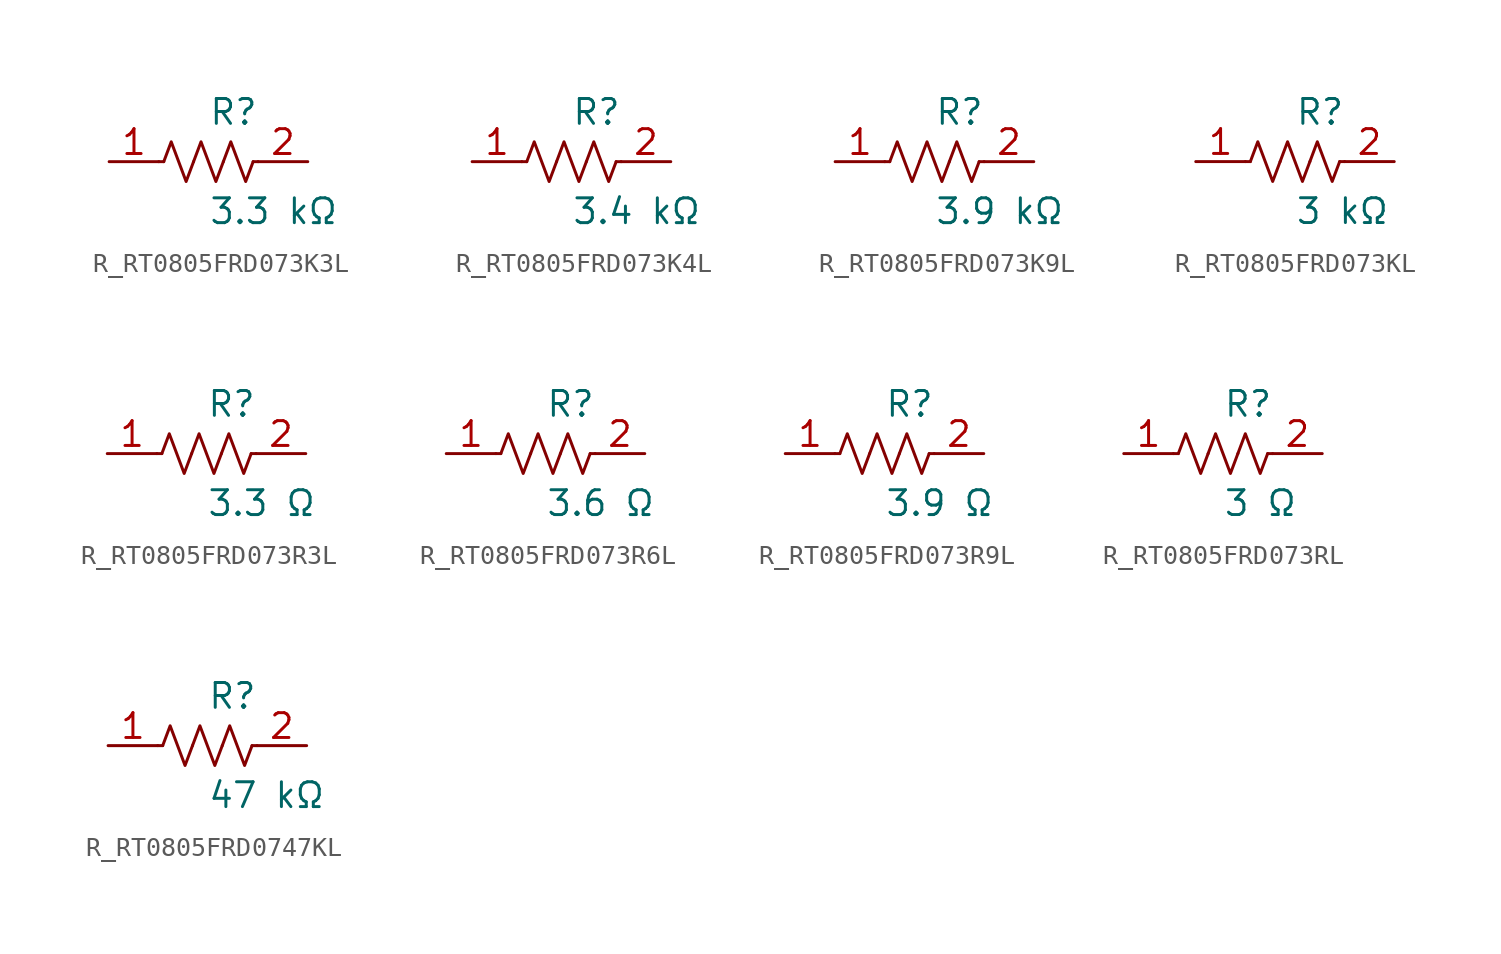
<source format=kicad_sym>
(kicad_symbol_lib
  (version 20231120)
  (generator kicad_symbol_editor)
  (generator_version 8.0)
  (symbol "R_RT0805FRD073K3L"
    (pin_names
      (offset 0.254))
    (property "Reference" "R"
      (at 0 2.54 0)
      (effects (font (size 1.27 1.27)) (justify left)))
    (property "Value" "3.3 kΩ"
      (at 0 -2.54 0)
      (effects (font (size 1.27 1.27)) (justify left)))
    (symbol "R_RT0805FRD073K3L_0_1"
      (polyline (pts (xy 2.286 0) (xy 2.54 0)) (stroke (width 0) (type default)) (fill (type none)))
      (polyline (pts (xy -2.286 0) (xy -2.54 0)) (stroke (width 0) (type default)) (fill (type none)))
      (polyline (pts (xy 0.762 0) (xy 1.143 1.016) (xy 1.524 0) (xy 1.905 -1.016) (xy 2.286 0)) (stroke (width 0) (type default)) (fill (type none)))
      (polyline (pts (xy -0.762 0) (xy -0.381 1.016) (xy 0 0) (xy 0.381 -1.016) (xy 0.762 0)) (stroke (width 0) (type default)) (fill (type none)))
      (polyline (pts (xy -2.286 0) (xy -1.905 1.016) (xy -1.524 0) (xy -1.143 -1.016) (xy -0.762 0)) (stroke (width 0) (type default)) (fill (type none))))
    (pin unspecified line
      (at -5.08 0 0)
      (length 2.54)
      (name "" (effects (font (size 1.27 1.27))))
      (number "1" (effects (font (size 1.27 1.27)))))
    (pin unspecified line
      (at 5.08 0 180)
      (length 2.54)
      (name "" (effects (font (size 1.27 1.27))))
      (number "2" (effects (font (size 1.27 1.27))))))
  (symbol "R_RT0805FRD073K4L"
    (pin_names
      (offset 0.254))
    (property "Reference" "R"
      (at 0 2.54 0)
      (effects (font (size 1.27 1.27)) (justify left)))
    (property "Value" "3.4 kΩ"
      (at 0 -2.54 0)
      (effects (font (size 1.27 1.27)) (justify left)))
    (symbol "R_RT0805FRD073K4L_0_1"
      (polyline (pts (xy 2.286 0) (xy 2.54 0)) (stroke (width 0) (type default)) (fill (type none)))
      (polyline (pts (xy -2.286 0) (xy -2.54 0)) (stroke (width 0) (type default)) (fill (type none)))
      (polyline (pts (xy 0.762 0) (xy 1.143 1.016) (xy 1.524 0) (xy 1.905 -1.016) (xy 2.286 0)) (stroke (width 0) (type default)) (fill (type none)))
      (polyline (pts (xy -0.762 0) (xy -0.381 1.016) (xy 0 0) (xy 0.381 -1.016) (xy 0.762 0)) (stroke (width 0) (type default)) (fill (type none)))
      (polyline (pts (xy -2.286 0) (xy -1.905 1.016) (xy -1.524 0) (xy -1.143 -1.016) (xy -0.762 0)) (stroke (width 0) (type default)) (fill (type none))))
    (pin unspecified line
      (at -5.08 0 0)
      (length 2.54)
      (name "" (effects (font (size 1.27 1.27))))
      (number "1" (effects (font (size 1.27 1.27)))))
    (pin unspecified line
      (at 5.08 0 180)
      (length 2.54)
      (name "" (effects (font (size 1.27 1.27))))
      (number "2" (effects (font (size 1.27 1.27))))))
  (symbol "R_RT0805FRD073K9L"
    (pin_names
      (offset 0.254))
    (property "Reference" "R"
      (at 0 2.54 0)
      (effects (font (size 1.27 1.27)) (justify left)))
    (property "Value" "3.9 kΩ"
      (at 0 -2.54 0)
      (effects (font (size 1.27 1.27)) (justify left)))
    (symbol "R_RT0805FRD073K9L_0_1"
      (polyline (pts (xy 2.286 0) (xy 2.54 0)) (stroke (width 0) (type default)) (fill (type none)))
      (polyline (pts (xy -2.286 0) (xy -2.54 0)) (stroke (width 0) (type default)) (fill (type none)))
      (polyline (pts (xy 0.762 0) (xy 1.143 1.016) (xy 1.524 0) (xy 1.905 -1.016) (xy 2.286 0)) (stroke (width 0) (type default)) (fill (type none)))
      (polyline (pts (xy -0.762 0) (xy -0.381 1.016) (xy 0 0) (xy 0.381 -1.016) (xy 0.762 0)) (stroke (width 0) (type default)) (fill (type none)))
      (polyline (pts (xy -2.286 0) (xy -1.905 1.016) (xy -1.524 0) (xy -1.143 -1.016) (xy -0.762 0)) (stroke (width 0) (type default)) (fill (type none))))
    (pin unspecified line
      (at -5.08 0 0)
      (length 2.54)
      (name "" (effects (font (size 1.27 1.27))))
      (number "1" (effects (font (size 1.27 1.27)))))
    (pin unspecified line
      (at 5.08 0 180)
      (length 2.54)
      (name "" (effects (font (size 1.27 1.27))))
      (number "2" (effects (font (size 1.27 1.27))))))
  (symbol "R_RT0805FRD073KL"
    (pin_names
      (offset 0.254))
    (property "Reference" "R"
      (at 0 2.54 0)
      (effects (font (size 1.27 1.27)) (justify left)))
    (property "Value" "3 kΩ"
      (at 0 -2.54 0)
      (effects (font (size 1.27 1.27)) (justify left)))
    (symbol "R_RT0805FRD073KL_0_1"
      (polyline (pts (xy 2.286 0) (xy 2.54 0)) (stroke (width 0) (type default)) (fill (type none)))
      (polyline (pts (xy -2.286 0) (xy -2.54 0)) (stroke (width 0) (type default)) (fill (type none)))
      (polyline (pts (xy 0.762 0) (xy 1.143 1.016) (xy 1.524 0) (xy 1.905 -1.016) (xy 2.286 0)) (stroke (width 0) (type default)) (fill (type none)))
      (polyline (pts (xy -0.762 0) (xy -0.381 1.016) (xy 0 0) (xy 0.381 -1.016) (xy 0.762 0)) (stroke (width 0) (type default)) (fill (type none)))
      (polyline (pts (xy -2.286 0) (xy -1.905 1.016) (xy -1.524 0) (xy -1.143 -1.016) (xy -0.762 0)) (stroke (width 0) (type default)) (fill (type none))))
    (pin unspecified line
      (at -5.08 0 0)
      (length 2.54)
      (name "" (effects (font (size 1.27 1.27))))
      (number "1" (effects (font (size 1.27 1.27)))))
    (pin unspecified line
      (at 5.08 0 180)
      (length 2.54)
      (name "" (effects (font (size 1.27 1.27))))
      (number "2" (effects (font (size 1.27 1.27))))))
  (symbol "R_RT0805FRD073R3L"
    (pin_names
      (offset 0.254))
    (property "Reference" "R"
      (at 0 2.54 0)
      (effects (font (size 1.27 1.27)) (justify left)))
    (property "Value" "3.3 Ω"
      (at 0 -2.54 0)
      (effects (font (size 1.27 1.27)) (justify left)))
    (symbol "R_RT0805FRD073R3L_0_1"
      (polyline (pts (xy 2.286 0) (xy 2.54 0)) (stroke (width 0) (type default)) (fill (type none)))
      (polyline (pts (xy -2.286 0) (xy -2.54 0)) (stroke (width 0) (type default)) (fill (type none)))
      (polyline (pts (xy 0.762 0) (xy 1.143 1.016) (xy 1.524 0) (xy 1.905 -1.016) (xy 2.286 0)) (stroke (width 0) (type default)) (fill (type none)))
      (polyline (pts (xy -0.762 0) (xy -0.381 1.016) (xy 0 0) (xy 0.381 -1.016) (xy 0.762 0)) (stroke (width 0) (type default)) (fill (type none)))
      (polyline (pts (xy -2.286 0) (xy -1.905 1.016) (xy -1.524 0) (xy -1.143 -1.016) (xy -0.762 0)) (stroke (width 0) (type default)) (fill (type none))))
    (pin unspecified line
      (at -5.08 0 0)
      (length 2.54)
      (name "" (effects (font (size 1.27 1.27))))
      (number "1" (effects (font (size 1.27 1.27)))))
    (pin unspecified line
      (at 5.08 0 180)
      (length 2.54)
      (name "" (effects (font (size 1.27 1.27))))
      (number "2" (effects (font (size 1.27 1.27))))))
  (symbol "R_RT0805FRD073R6L"
    (pin_names
      (offset 0.254))
    (property "Reference" "R"
      (at 0 2.54 0)
      (effects (font (size 1.27 1.27)) (justify left)))
    (property "Value" "3.6 Ω"
      (at 0 -2.54 0)
      (effects (font (size 1.27 1.27)) (justify left)))
    (symbol "R_RT0805FRD073R6L_0_1"
      (polyline (pts (xy 2.286 0) (xy 2.54 0)) (stroke (width 0) (type default)) (fill (type none)))
      (polyline (pts (xy -2.286 0) (xy -2.54 0)) (stroke (width 0) (type default)) (fill (type none)))
      (polyline (pts (xy 0.762 0) (xy 1.143 1.016) (xy 1.524 0) (xy 1.905 -1.016) (xy 2.286 0)) (stroke (width 0) (type default)) (fill (type none)))
      (polyline (pts (xy -0.762 0) (xy -0.381 1.016) (xy 0 0) (xy 0.381 -1.016) (xy 0.762 0)) (stroke (width 0) (type default)) (fill (type none)))
      (polyline (pts (xy -2.286 0) (xy -1.905 1.016) (xy -1.524 0) (xy -1.143 -1.016) (xy -0.762 0)) (stroke (width 0) (type default)) (fill (type none))))
    (pin unspecified line
      (at -5.08 0 0)
      (length 2.54)
      (name "" (effects (font (size 1.27 1.27))))
      (number "1" (effects (font (size 1.27 1.27)))))
    (pin unspecified line
      (at 5.08 0 180)
      (length 2.54)
      (name "" (effects (font (size 1.27 1.27))))
      (number "2" (effects (font (size 1.27 1.27))))))
  (symbol "R_RT0805FRD073R9L"
    (pin_names
      (offset 0.254))
    (property "Reference" "R"
      (at 0 2.54 0)
      (effects (font (size 1.27 1.27)) (justify left)))
    (property "Value" "3.9 Ω"
      (at 0 -2.54 0)
      (effects (font (size 1.27 1.27)) (justify left)))
    (symbol "R_RT0805FRD073R9L_0_1"
      (polyline (pts (xy 2.286 0) (xy 2.54 0)) (stroke (width 0) (type default)) (fill (type none)))
      (polyline (pts (xy -2.286 0) (xy -2.54 0)) (stroke (width 0) (type default)) (fill (type none)))
      (polyline (pts (xy 0.762 0) (xy 1.143 1.016) (xy 1.524 0) (xy 1.905 -1.016) (xy 2.286 0)) (stroke (width 0) (type default)) (fill (type none)))
      (polyline (pts (xy -0.762 0) (xy -0.381 1.016) (xy 0 0) (xy 0.381 -1.016) (xy 0.762 0)) (stroke (width 0) (type default)) (fill (type none)))
      (polyline (pts (xy -2.286 0) (xy -1.905 1.016) (xy -1.524 0) (xy -1.143 -1.016) (xy -0.762 0)) (stroke (width 0) (type default)) (fill (type none))))
    (pin unspecified line
      (at -5.08 0 0)
      (length 2.54)
      (name "" (effects (font (size 1.27 1.27))))
      (number "1" (effects (font (size 1.27 1.27)))))
    (pin unspecified line
      (at 5.08 0 180)
      (length 2.54)
      (name "" (effects (font (size 1.27 1.27))))
      (number "2" (effects (font (size 1.27 1.27))))))
  (symbol "R_RT0805FRD073RL"
    (pin_names
      (offset 0.254))
    (property "Reference" "R"
      (at 0 2.54 0)
      (effects (font (size 1.27 1.27)) (justify left)))
    (property "Value" "3 Ω"
      (at 0 -2.54 0)
      (effects (font (size 1.27 1.27)) (justify left)))
    (symbol "R_RT0805FRD073RL_0_1"
      (polyline (pts (xy 2.286 0) (xy 2.54 0)) (stroke (width 0) (type default)) (fill (type none)))
      (polyline (pts (xy -2.286 0) (xy -2.54 0)) (stroke (width 0) (type default)) (fill (type none)))
      (polyline (pts (xy 0.762 0) (xy 1.143 1.016) (xy 1.524 0) (xy 1.905 -1.016) (xy 2.286 0)) (stroke (width 0) (type default)) (fill (type none)))
      (polyline (pts (xy -0.762 0) (xy -0.381 1.016) (xy 0 0) (xy 0.381 -1.016) (xy 0.762 0)) (stroke (width 0) (type default)) (fill (type none)))
      (polyline (pts (xy -2.286 0) (xy -1.905 1.016) (xy -1.524 0) (xy -1.143 -1.016) (xy -0.762 0)) (stroke (width 0) (type default)) (fill (type none))))
    (pin unspecified line
      (at -5.08 0 0)
      (length 2.54)
      (name "" (effects (font (size 1.27 1.27))))
      (number "1" (effects (font (size 1.27 1.27)))))
    (pin unspecified line
      (at 5.08 0 180)
      (length 2.54)
      (name "" (effects (font (size 1.27 1.27))))
      (number "2" (effects (font (size 1.27 1.27))))))
  (symbol "R_RT0805FRD0747KL"
    (pin_names
      (offset 0.254))
    (property "Reference" "R"
      (at 0 2.54 0)
      (effects (font (size 1.27 1.27)) (justify left)))
    (property "Value" "47 kΩ"
      (at 0 -2.54 0)
      (effects (font (size 1.27 1.27)) (justify left)))
    (symbol "R_RT0805FRD0747KL_0_1"
      (polyline (pts (xy 2.286 0) (xy 2.54 0)) (stroke (width 0) (type default)) (fill (type none)))
      (polyline (pts (xy -2.286 0) (xy -2.54 0)) (stroke (width 0) (type default)) (fill (type none)))
      (polyline (pts (xy 0.762 0) (xy 1.143 1.016) (xy 1.524 0) (xy 1.905 -1.016) (xy 2.286 0)) (stroke (width 0) (type default)) (fill (type none)))
      (polyline (pts (xy -0.762 0) (xy -0.381 1.016) (xy 0 0) (xy 0.381 -1.016) (xy 0.762 0)) (stroke (width 0) (type default)) (fill (type none)))
      (polyline (pts (xy -2.286 0) (xy -1.905 1.016) (xy -1.524 0) (xy -1.143 -1.016) (xy -0.762 0)) (stroke (width 0) (type default)) (fill (type none))))
    (pin unspecified line
      (at -5.08 0 0)
      (length 2.54)
      (name "" (effects (font (size 1.27 1.27))))
      (number "1" (effects (font (size 1.27 1.27)))))
    (pin unspecified line
      (at 5.08 0 180)
      (length 2.54)
      (name "" (effects (font (size 1.27 1.27))))
      (number "2" (effects (font (size 1.27 1.27)))))))
</source>
